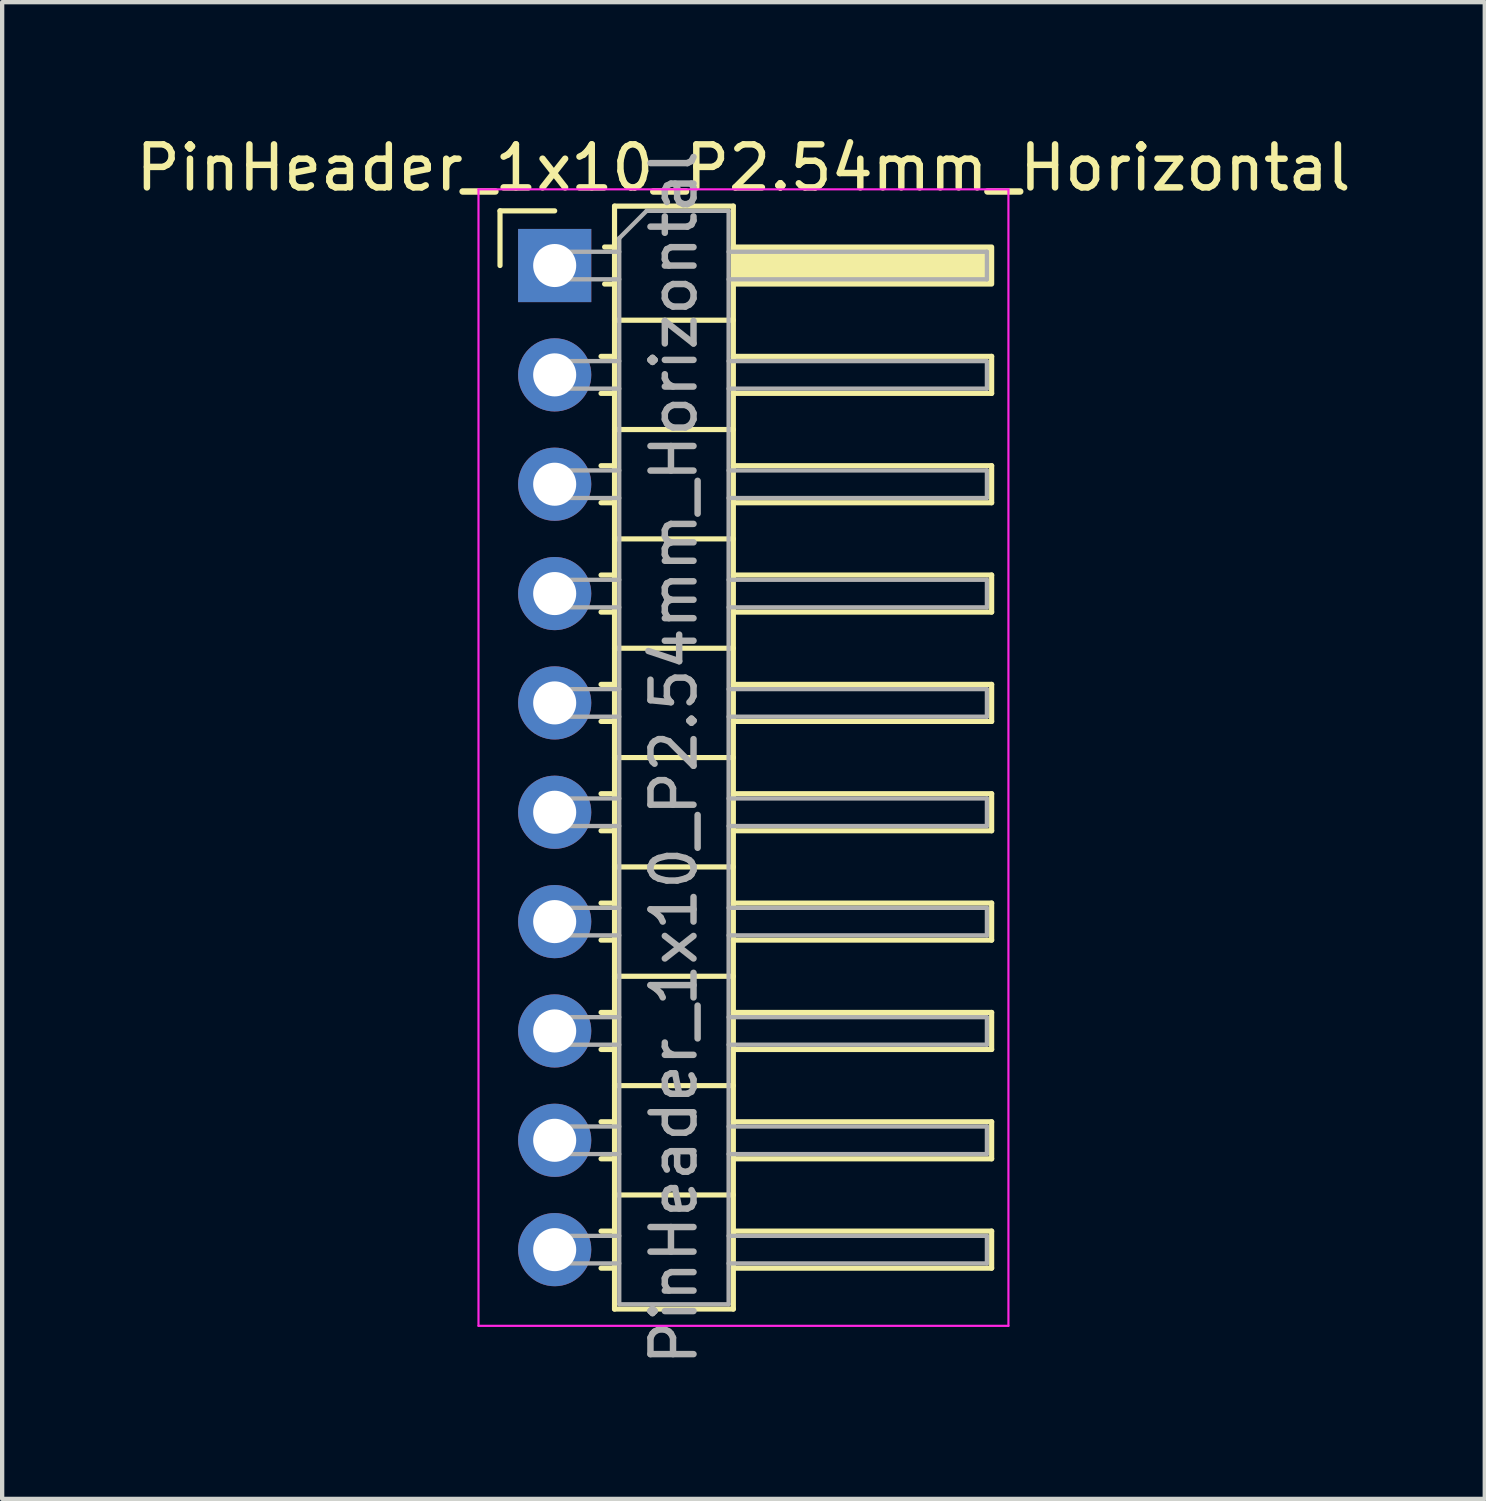
<source format=kicad_pcb>
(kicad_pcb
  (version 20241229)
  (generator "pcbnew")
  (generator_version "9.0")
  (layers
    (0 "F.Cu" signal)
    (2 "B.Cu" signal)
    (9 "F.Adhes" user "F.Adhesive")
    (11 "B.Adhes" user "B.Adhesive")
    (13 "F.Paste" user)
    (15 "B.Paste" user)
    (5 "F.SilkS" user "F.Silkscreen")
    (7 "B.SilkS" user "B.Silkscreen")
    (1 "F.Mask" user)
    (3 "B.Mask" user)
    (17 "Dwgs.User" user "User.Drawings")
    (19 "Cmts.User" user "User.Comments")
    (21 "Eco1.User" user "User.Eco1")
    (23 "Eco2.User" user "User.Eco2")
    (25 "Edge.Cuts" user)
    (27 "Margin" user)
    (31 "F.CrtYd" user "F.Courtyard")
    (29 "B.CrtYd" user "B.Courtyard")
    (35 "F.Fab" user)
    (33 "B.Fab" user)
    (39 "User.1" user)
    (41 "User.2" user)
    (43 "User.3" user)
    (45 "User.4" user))
  (footprint "PinHeader_1x10_P2.54mm_Horizontal"
    (layer "F.Cu")
    (at 9.835 3.118)
    (property "Reference" "PinHeader_1x10_P2.54mm_Horizontal" (at 4.385 -2.27 0) (layer "F.SilkS") (effects (font (size 1 1) (thickness 0.15))))
    (attr through_hole)
    (fp_line (start -1.27 -1.27) (end 0 -1.27) (stroke (width 0.12) (type solid)) (layer "F.SilkS"))
    (fp_line (start -1.27 0) (end -1.27 -1.27) (stroke (width 0.12) (type solid)) (layer "F.SilkS"))
    (fp_line (start 1.077 2.11) (end 1.39 2.11) (stroke (width 0.12) (type solid)) (layer "F.SilkS"))
    (fp_line (start 1.077 2.97) (end 1.39 2.97) (stroke (width 0.12) (type solid)) (layer "F.SilkS"))
    (fp_line (start 1.077 4.65) (end 1.39 4.65) (stroke (width 0.12) (type solid)) (layer "F.SilkS"))
    (fp_line (start 1.077 5.51) (end 1.39 5.51) (stroke (width 0.12) (type solid)) (layer "F.SilkS"))
    (fp_line (start 1.077 7.19) (end 1.39 7.19) (stroke (width 0.12) (type solid)) (layer "F.SilkS"))
    (fp_line (start 1.077 8.05) (end 1.39 8.05) (stroke (width 0.12) (type solid)) (layer "F.SilkS"))
    (fp_line (start 1.077 9.73) (end 1.39 9.73) (stroke (width 0.12) (type solid)) (layer "F.SilkS"))
    (fp_line (start 1.077 10.59) (end 1.39 10.59) (stroke (width 0.12) (type solid)) (layer "F.SilkS"))
    (fp_line (start 1.077 12.27) (end 1.39 12.27) (stroke (width 0.12) (type solid)) (layer "F.SilkS"))
    (fp_line (start 1.077 13.13) (end 1.39 13.13) (stroke (width 0.12) (type solid)) (layer "F.SilkS"))
    (fp_line (start 1.077 14.81) (end 1.39 14.81) (stroke (width 0.12) (type solid)) (layer "F.SilkS"))
    (fp_line (start 1.077 15.67) (end 1.39 15.67) (stroke (width 0.12) (type solid)) (layer "F.SilkS"))
    (fp_line (start 1.077 17.35) (end 1.39 17.35) (stroke (width 0.12) (type solid)) (layer "F.SilkS"))
    (fp_line (start 1.077 18.21) (end 1.39 18.21) (stroke (width 0.12) (type solid)) (layer "F.SilkS"))
    (fp_line (start 1.077 19.89) (end 1.39 19.89) (stroke (width 0.12) (type solid)) (layer "F.SilkS"))
    (fp_line (start 1.077 20.75) (end 1.39 20.75) (stroke (width 0.12) (type solid)) (layer "F.SilkS"))
    (fp_line (start 1.077 22.43) (end 1.39 22.43) (stroke (width 0.12) (type solid)) (layer "F.SilkS"))
    (fp_line (start 1.077 23.29) (end 1.39 23.29) (stroke (width 0.12) (type solid)) (layer "F.SilkS"))
    (fp_line (start 1.16 -0.43) (end 1.39 -0.43) (stroke (width 0.12) (type solid)) (layer "F.SilkS"))
    (fp_line (start 1.16 0.43) (end 1.39 0.43) (stroke (width 0.12) (type solid)) (layer "F.SilkS"))
    (fp_line (start 1.39 -1.38) (end 1.39 24.24) (stroke (width 0.12) (type solid)) (layer "F.SilkS"))
    (fp_line (start 1.39 1.27) (end 4.15 1.27) (stroke (width 0.12) (type solid)) (layer "F.SilkS"))
    (fp_line (start 1.39 3.81) (end 4.15 3.81) (stroke (width 0.12) (type solid)) (layer "F.SilkS"))
    (fp_line (start 1.39 6.35) (end 4.15 6.35) (stroke (width 0.12) (type solid)) (layer "F.SilkS"))
    (fp_line (start 1.39 8.89) (end 4.15 8.89) (stroke (width 0.12) (type solid)) (layer "F.SilkS"))
    (fp_line (start 1.39 11.43) (end 4.15 11.43) (stroke (width 0.12) (type solid)) (layer "F.SilkS"))
    (fp_line (start 1.39 13.97) (end 4.15 13.97) (stroke (width 0.12) (type solid)) (layer "F.SilkS"))
    (fp_line (start 1.39 16.51) (end 4.15 16.51) (stroke (width 0.12) (type solid)) (layer "F.SilkS"))
    (fp_line (start 1.39 19.05) (end 4.15 19.05) (stroke (width 0.12) (type solid)) (layer "F.SilkS"))
    (fp_line (start 1.39 21.59) (end 4.15 21.59) (stroke (width 0.12) (type solid)) (layer "F.SilkS"))
    (fp_line (start 1.39 24.24) (end 4.15 24.24) (stroke (width 0.12) (type solid)) (layer "F.SilkS"))
    (fp_line (start 4.15 -1.38) (end 1.39 -1.38) (stroke (width 0.12) (type solid)) (layer "F.SilkS"))
    (fp_line (start 4.15 2.11) (end 10.15 2.11) (stroke (width 0.12) (type solid)) (layer "F.SilkS"))
    (fp_line (start 4.15 4.65) (end 10.15 4.65) (stroke (width 0.12) (type solid)) (layer "F.SilkS"))
    (fp_line (start 4.15 7.19) (end 10.15 7.19) (stroke (width 0.12) (type solid)) (layer "F.SilkS"))
    (fp_line (start 4.15 9.73) (end 10.15 9.73) (stroke (width 0.12) (type solid)) (layer "F.SilkS"))
    (fp_line (start 4.15 12.27) (end 10.15 12.27) (stroke (width 0.12) (type solid)) (layer "F.SilkS"))
    (fp_line (start 4.15 14.81) (end 10.15 14.81) (stroke (width 0.12) (type solid)) (layer "F.SilkS"))
    (fp_line (start 4.15 17.35) (end 10.15 17.35) (stroke (width 0.12) (type solid)) (layer "F.SilkS"))
    (fp_line (start 4.15 19.89) (end 10.15 19.89) (stroke (width 0.12) (type solid)) (layer "F.SilkS"))
    (fp_line (start 4.15 22.43) (end 10.15 22.43) (stroke (width 0.12) (type solid)) (layer "F.SilkS"))
    (fp_line (start 4.15 24.24) (end 4.15 -1.38) (stroke (width 0.12) (type solid)) (layer "F.SilkS"))
    (fp_line (start 10.15 2.11) (end 10.15 2.97) (stroke (width 0.12) (type solid)) (layer "F.SilkS"))
    (fp_line (start 10.15 2.97) (end 4.15 2.97) (stroke (width 0.12) (type solid)) (layer "F.SilkS"))
    (fp_line (start 10.15 4.65) (end 10.15 5.51) (stroke (width 0.12) (type solid)) (layer "F.SilkS"))
    (fp_line (start 10.15 5.51) (end 4.15 5.51) (stroke (width 0.12) (type solid)) (layer "F.SilkS"))
    (fp_line (start 10.15 7.19) (end 10.15 8.05) (stroke (width 0.12) (type solid)) (layer "F.SilkS"))
    (fp_line (start 10.15 8.05) (end 4.15 8.05) (stroke (width 0.12) (type solid)) (layer "F.SilkS"))
    (fp_line (start 10.15 9.73) (end 10.15 10.59) (stroke (width 0.12) (type solid)) (layer "F.SilkS"))
    (fp_line (start 10.15 10.59) (end 4.15 10.59) (stroke (width 0.12) (type solid)) (layer "F.SilkS"))
    (fp_line (start 10.15 12.27) (end 10.15 13.13) (stroke (width 0.12) (type solid)) (layer "F.SilkS"))
    (fp_line (start 10.15 13.13) (end 4.15 13.13) (stroke (width 0.12) (type solid)) (layer "F.SilkS"))
    (fp_line (start 10.15 14.81) (end 10.15 15.67) (stroke (width 0.12) (type solid)) (layer "F.SilkS"))
    (fp_line (start 10.15 15.67) (end 4.15 15.67) (stroke (width 0.12) (type solid)) (layer "F.SilkS"))
    (fp_line (start 10.15 17.35) (end 10.15 18.21) (stroke (width 0.12) (type solid)) (layer "F.SilkS"))
    (fp_line (start 10.15 18.21) (end 4.15 18.21) (stroke (width 0.12) (type solid)) (layer "F.SilkS"))
    (fp_line (start 10.15 19.89) (end 10.15 20.75) (stroke (width 0.12) (type solid)) (layer "F.SilkS"))
    (fp_line (start 10.15 20.75) (end 4.15 20.75) (stroke (width 0.12) (type solid)) (layer "F.SilkS"))
    (fp_line (start 10.15 22.43) (end 10.15 23.29) (stroke (width 0.12) (type solid)) (layer "F.SilkS"))
    (fp_line (start 10.15 23.29) (end 4.15 23.29) (stroke (width 0.12) (type solid)) (layer "F.SilkS"))
    (fp_rect (start 4.15 -0.43) (end 10.15 0.43) (stroke (width 0.12) (type solid)) (fill yes) (layer "F.SilkS"))
    (fp_line (start -1.77 -1.77) (end -1.77 24.63) (stroke (width 0.05) (type solid)) (layer "F.CrtYd"))
    (fp_line (start -1.77 24.63) (end 10.54 24.63) (stroke (width 0.05) (type solid)) (layer "F.CrtYd"))
    (fp_line (start 10.54 -1.77) (end -1.77 -1.77) (stroke (width 0.05) (type solid)) (layer "F.CrtYd"))
    (fp_line (start 10.54 24.63) (end 10.54 -1.77) (stroke (width 0.05) (type solid)) (layer "F.CrtYd"))
    (fp_line (start -0.32 -0.32) (end -0.32 0.32) (stroke (width 0.1) (type solid)) (layer "F.Fab"))
    (fp_line (start -0.32 -0.32) (end 1.5 -0.32) (stroke (width 0.1) (type solid)) (layer "F.Fab"))
    (fp_line (start -0.32 0.32) (end 1.5 0.32) (stroke (width 0.1) (type solid)) (layer "F.Fab"))
    (fp_line (start -0.32 2.22) (end -0.32 2.86) (stroke (width 0.1) (type solid)) (layer "F.Fab"))
    (fp_line (start -0.32 2.22) (end 1.5 2.22) (stroke (width 0.1) (type solid)) (layer "F.Fab"))
    (fp_line (start -0.32 2.86) (end 1.5 2.86) (stroke (width 0.1) (type solid)) (layer "F.Fab"))
    (fp_line (start -0.32 4.76) (end -0.32 5.4) (stroke (width 0.1) (type solid)) (layer "F.Fab"))
    (fp_line (start -0.32 4.76) (end 1.5 4.76) (stroke (width 0.1) (type solid)) (layer "F.Fab"))
    (fp_line (start -0.32 5.4) (end 1.5 5.4) (stroke (width 0.1) (type solid)) (layer "F.Fab"))
    (fp_line (start -0.32 7.3) (end -0.32 7.94) (stroke (width 0.1) (type solid)) (layer "F.Fab"))
    (fp_line (start -0.32 7.3) (end 1.5 7.3) (stroke (width 0.1) (type solid)) (layer "F.Fab"))
    (fp_line (start -0.32 7.94) (end 1.5 7.94) (stroke (width 0.1) (type solid)) (layer "F.Fab"))
    (fp_line (start -0.32 9.84) (end -0.32 10.48) (stroke (width 0.1) (type solid)) (layer "F.Fab"))
    (fp_line (start -0.32 9.84) (end 1.5 9.84) (stroke (width 0.1) (type solid)) (layer "F.Fab"))
    (fp_line (start -0.32 10.48) (end 1.5 10.48) (stroke (width 0.1) (type solid)) (layer "F.Fab"))
    (fp_line (start -0.32 12.38) (end -0.32 13.02) (stroke (width 0.1) (type solid)) (layer "F.Fab"))
    (fp_line (start -0.32 12.38) (end 1.5 12.38) (stroke (width 0.1) (type solid)) (layer "F.Fab"))
    (fp_line (start -0.32 13.02) (end 1.5 13.02) (stroke (width 0.1) (type solid)) (layer "F.Fab"))
    (fp_line (start -0.32 14.92) (end -0.32 15.56) (stroke (width 0.1) (type solid)) (layer "F.Fab"))
    (fp_line (start -0.32 14.92) (end 1.5 14.92) (stroke (width 0.1) (type solid)) (layer "F.Fab"))
    (fp_line (start -0.32 15.56) (end 1.5 15.56) (stroke (width 0.1) (type solid)) (layer "F.Fab"))
    (fp_line (start -0.32 17.46) (end -0.32 18.1) (stroke (width 0.1) (type solid)) (layer "F.Fab"))
    (fp_line (start -0.32 17.46) (end 1.5 17.46) (stroke (width 0.1) (type solid)) (layer "F.Fab"))
    (fp_line (start -0.32 18.1) (end 1.5 18.1) (stroke (width 0.1) (type solid)) (layer "F.Fab"))
    (fp_line (start -0.32 20) (end -0.32 20.64) (stroke (width 0.1) (type solid)) (layer "F.Fab"))
    (fp_line (start -0.32 20) (end 1.5 20) (stroke (width 0.1) (type solid)) (layer "F.Fab"))
    (fp_line (start -0.32 20.64) (end 1.5 20.64) (stroke (width 0.1) (type solid)) (layer "F.Fab"))
    (fp_line (start -0.32 22.54) (end -0.32 23.18) (stroke (width 0.1) (type solid)) (layer "F.Fab"))
    (fp_line (start -0.32 22.54) (end 1.5 22.54) (stroke (width 0.1) (type solid)) (layer "F.Fab"))
    (fp_line (start -0.32 23.18) (end 1.5 23.18) (stroke (width 0.1) (type solid)) (layer "F.Fab"))
    (fp_line (start 1.5 -0.635) (end 2.135 -1.27) (stroke (width 0.1) (type solid)) (layer "F.Fab"))
    (fp_line (start 1.5 24.13) (end 1.5 -0.635) (stroke (width 0.1) (type solid)) (layer "F.Fab"))
    (fp_line (start 2.135 -1.27) (end 4.04 -1.27) (stroke (width 0.1) (type solid)) (layer "F.Fab"))
    (fp_line (start 4.04 -1.27) (end 4.04 24.13) (stroke (width 0.1) (type solid)) (layer "F.Fab"))
    (fp_line (start 4.04 -0.32) (end 10.04 -0.32) (stroke (width 0.1) (type solid)) (layer "F.Fab"))
    (fp_line (start 4.04 0.32) (end 10.04 0.32) (stroke (width 0.1) (type solid)) (layer "F.Fab"))
    (fp_line (start 4.04 2.22) (end 10.04 2.22) (stroke (width 0.1) (type solid)) (layer "F.Fab"))
    (fp_line (start 4.04 2.86) (end 10.04 2.86) (stroke (width 0.1) (type solid)) (layer "F.Fab"))
    (fp_line (start 4.04 4.76) (end 10.04 4.76) (stroke (width 0.1) (type solid)) (layer "F.Fab"))
    (fp_line (start 4.04 5.4) (end 10.04 5.4) (stroke (width 0.1) (type solid)) (layer "F.Fab"))
    (fp_line (start 4.04 7.3) (end 10.04 7.3) (stroke (width 0.1) (type solid)) (layer "F.Fab"))
    (fp_line (start 4.04 7.94) (end 10.04 7.94) (stroke (width 0.1) (type solid)) (layer "F.Fab"))
    (fp_line (start 4.04 9.84) (end 10.04 9.84) (stroke (width 0.1) (type solid)) (layer "F.Fab"))
    (fp_line (start 4.04 10.48) (end 10.04 10.48) (stroke (width 0.1) (type solid)) (layer "F.Fab"))
    (fp_line (start 4.04 12.38) (end 10.04 12.38) (stroke (width 0.1) (type solid)) (layer "F.Fab"))
    (fp_line (start 4.04 13.02) (end 10.04 13.02) (stroke (width 0.1) (type solid)) (layer "F.Fab"))
    (fp_line (start 4.04 14.92) (end 10.04 14.92) (stroke (width 0.1) (type solid)) (layer "F.Fab"))
    (fp_line (start 4.04 15.56) (end 10.04 15.56) (stroke (width 0.1) (type solid)) (layer "F.Fab"))
    (fp_line (start 4.04 17.46) (end 10.04 17.46) (stroke (width 0.1) (type solid)) (layer "F.Fab"))
    (fp_line (start 4.04 18.1) (end 10.04 18.1) (stroke (width 0.1) (type solid)) (layer "F.Fab"))
    (fp_line (start 4.04 20) (end 10.04 20) (stroke (width 0.1) (type solid)) (layer "F.Fab"))
    (fp_line (start 4.04 20.64) (end 10.04 20.64) (stroke (width 0.1) (type solid)) (layer "F.Fab"))
    (fp_line (start 4.04 22.54) (end 10.04 22.54) (stroke (width 0.1) (type solid)) (layer "F.Fab"))
    (fp_line (start 4.04 23.18) (end 10.04 23.18) (stroke (width 0.1) (type solid)) (layer "F.Fab"))
    (fp_line (start 4.04 24.13) (end 1.5 24.13) (stroke (width 0.1) (type solid)) (layer "F.Fab"))
    (fp_line (start 10.04 -0.32) (end 10.04 0.32) (stroke (width 0.1) (type solid)) (layer "F.Fab"))
    (fp_line (start 10.04 2.22) (end 10.04 2.86) (stroke (width 0.1) (type solid)) (layer "F.Fab"))
    (fp_line (start 10.04 4.76) (end 10.04 5.4) (stroke (width 0.1) (type solid)) (layer "F.Fab"))
    (fp_line (start 10.04 7.3) (end 10.04 7.94) (stroke (width 0.1) (type solid)) (layer "F.Fab"))
    (fp_line (start 10.04 9.84) (end 10.04 10.48) (stroke (width 0.1) (type solid)) (layer "F.Fab"))
    (fp_line (start 10.04 12.38) (end 10.04 13.02) (stroke (width 0.1) (type solid)) (layer "F.Fab"))
    (fp_line (start 10.04 14.92) (end 10.04 15.56) (stroke (width 0.1) (type solid)) (layer "F.Fab"))
    (fp_line (start 10.04 17.46) (end 10.04 18.1) (stroke (width 0.1) (type solid)) (layer "F.Fab"))
    (fp_line (start 10.04 20) (end 10.04 20.64) (stroke (width 0.1) (type solid)) (layer "F.Fab"))
    (fp_line (start 10.04 22.54) (end 10.04 23.18) (stroke (width 0.1) (type solid)) (layer "F.Fab"))
    (fp_text user "${REFERENCE}" (at 2.77 11.43 90) (layer "F.Fab") (effects (font (size 1 1) (thickness 0.15))))
    (pad "1" thru_hole rect (at 0 0) (size 1.7 1.7) (drill 1) (layers "*.Cu" "*.Mask"))
    (pad "2" thru_hole circle (at 0 2.54) (size 1.7 1.7) (drill 1) (layers "*.Cu" "*.Mask"))
    (pad "3" thru_hole circle (at 0 5.08) (size 1.7 1.7) (drill 1) (layers "*.Cu" "*.Mask"))
    (pad "4" thru_hole circle (at 0 7.62) (size 1.7 1.7) (drill 1) (layers "*.Cu" "*.Mask"))
    (pad "5" thru_hole circle (at 0 10.16) (size 1.7 1.7) (drill 1) (layers "*.Cu" "*.Mask"))
    (pad "6" thru_hole circle (at 0 12.7) (size 1.7 1.7) (drill 1) (layers "*.Cu" "*.Mask"))
    (pad "7" thru_hole circle (at 0 15.24) (size 1.7 1.7) (drill 1) (layers "*.Cu" "*.Mask"))
    (pad "8" thru_hole circle (at 0 17.78) (size 1.7 1.7) (drill 1) (layers "*.Cu" "*.Mask"))
    (pad "9" thru_hole circle (at 0 20.32) (size 1.7 1.7) (drill 1) (layers "*.Cu" "*.Mask"))
    (pad "10" thru_hole circle (at 0 22.86) (size 1.7 1.7) (drill 1) (layers "*.Cu" "*.Mask")))
  (gr_rect
    (start -3 -3)
    (end 31.44 31.768)
    (stroke (width 0.1) (type default))
    (fill no)
    (layer "Edge.Cuts")))
</source>
